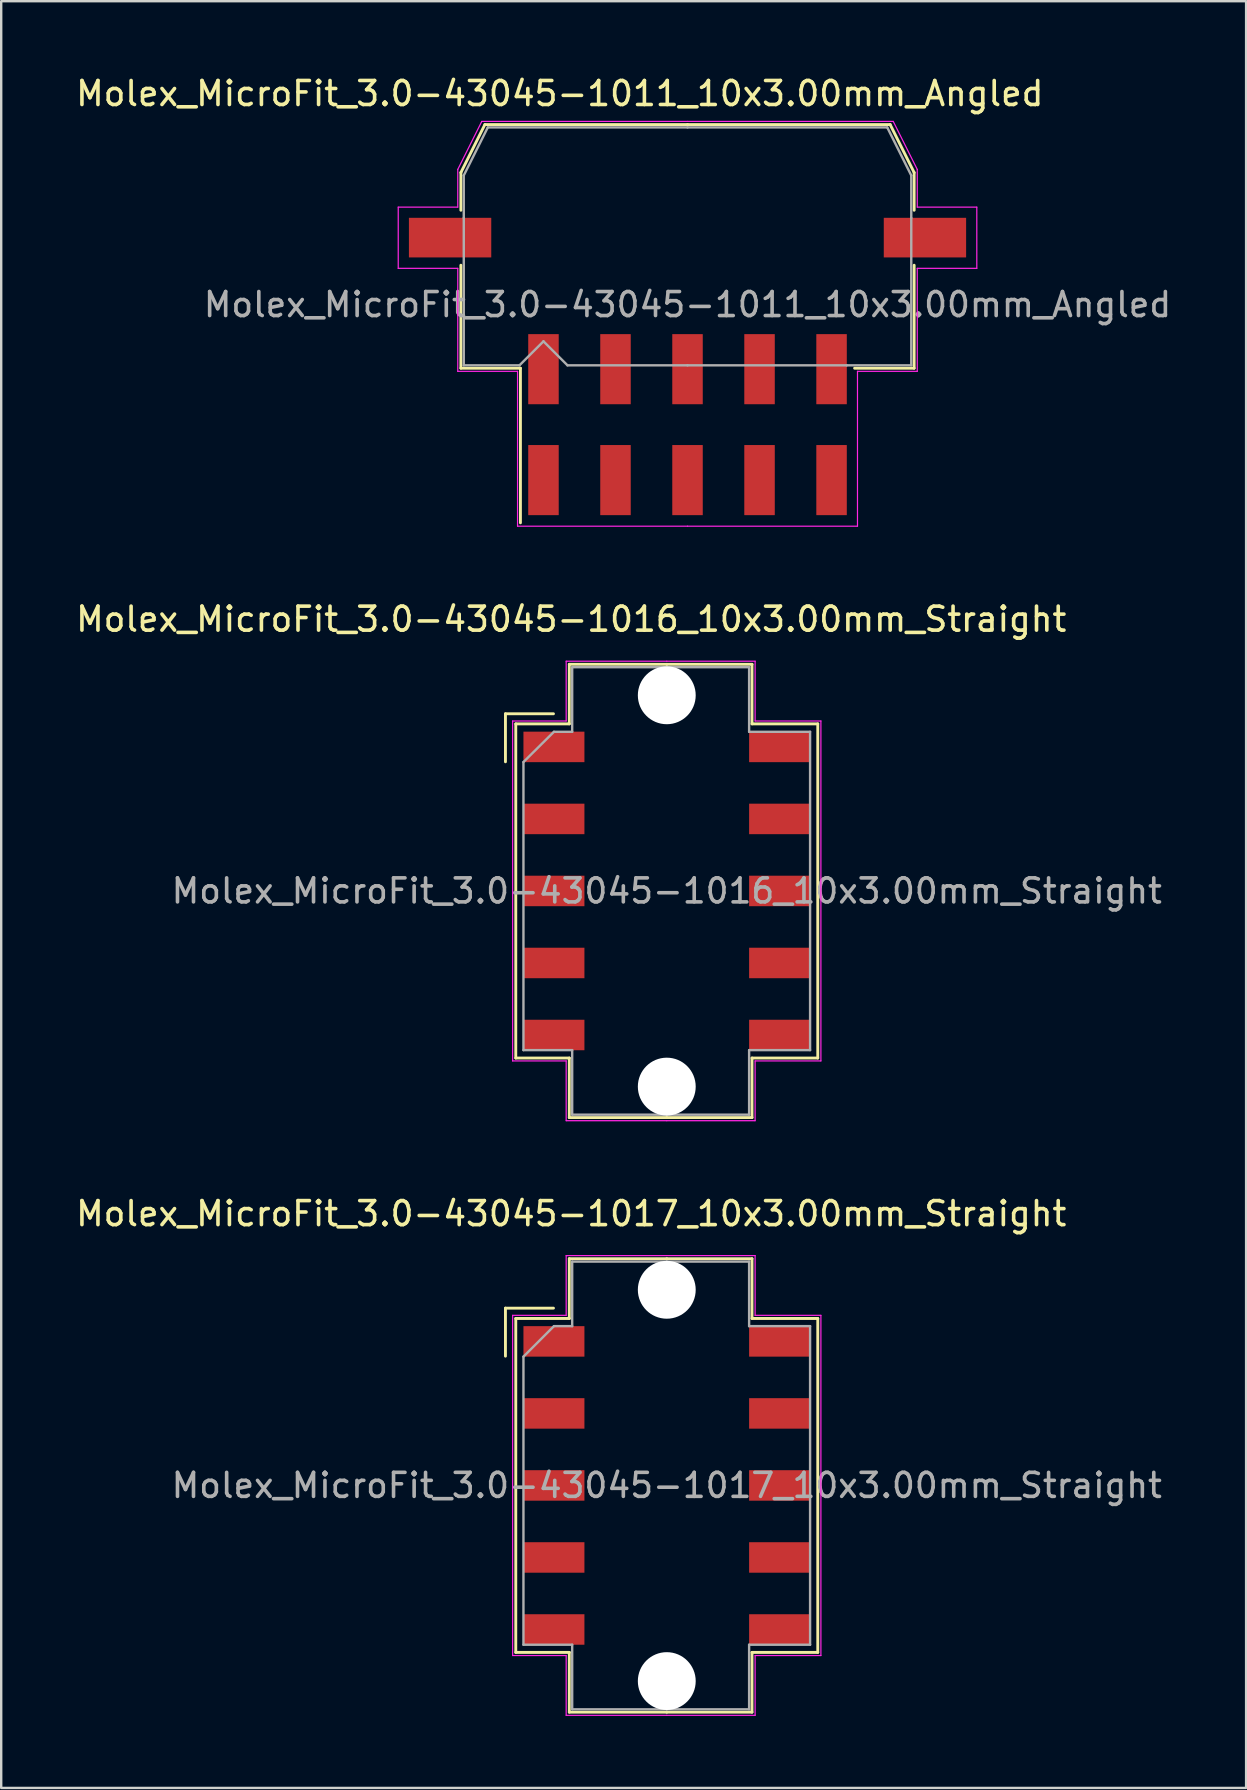
<source format=kicad_pcb>
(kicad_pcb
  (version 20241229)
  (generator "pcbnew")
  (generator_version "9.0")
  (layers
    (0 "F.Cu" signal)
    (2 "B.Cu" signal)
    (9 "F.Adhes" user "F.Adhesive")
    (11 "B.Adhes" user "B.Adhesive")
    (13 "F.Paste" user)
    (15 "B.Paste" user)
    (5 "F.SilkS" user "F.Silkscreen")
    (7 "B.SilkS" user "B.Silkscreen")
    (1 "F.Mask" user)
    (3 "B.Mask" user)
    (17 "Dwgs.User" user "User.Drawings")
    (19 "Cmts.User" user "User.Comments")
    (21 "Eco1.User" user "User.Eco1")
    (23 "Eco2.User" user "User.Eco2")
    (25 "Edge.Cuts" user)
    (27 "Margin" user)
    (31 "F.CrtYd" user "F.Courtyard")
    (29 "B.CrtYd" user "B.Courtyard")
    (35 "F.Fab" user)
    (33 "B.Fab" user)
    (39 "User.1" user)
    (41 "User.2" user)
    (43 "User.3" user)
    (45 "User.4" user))
  (footprint "Molex_MicroFit_3.0-43045-1017_10x3.00mm_Straight"
    (layer "F.Cu")
    (at 24.724 58.825)
    (property "Reference" "Molex_MicroFit_3.0-43045-1017_10x3.00mm_Straight" (at -3.98 -11.32 0) (layer "F.SilkS") (effects (font (size 1 1) (thickness 0.15))))
    (attr smd)
    (fp_line (start -6.72 -7.385) (end -6.72 -5.385) (stroke (width 0.12) (type solid)) (layer "F.SilkS"))
    (fp_line (start -6.29 -6.955) (end -4.06 -6.955) (stroke (width 0.12) (type solid)) (layer "F.SilkS"))
    (fp_line (start -6.29 6.955) (end -6.29 -6.955) (stroke (width 0.12) (type solid)) (layer "F.SilkS"))
    (fp_line (start -4.72 -7.385) (end -6.72 -7.385) (stroke (width 0.12) (type solid)) (layer "F.SilkS"))
    (fp_line (start -4.06 -9.445) (end 0 -9.445) (stroke (width 0.12) (type solid)) (layer "F.SilkS"))
    (fp_line (start -4.06 -6.955) (end -4.06 -9.445) (stroke (width 0.12) (type solid)) (layer "F.SilkS"))
    (fp_line (start -4.06 6.955) (end -6.29 6.955) (stroke (width 0.12) (type solid)) (layer "F.SilkS"))
    (fp_line (start -4.06 9.445) (end -4.06 6.955) (stroke (width 0.12) (type solid)) (layer "F.SilkS"))
    (fp_line (start 0 -9.445) (end 3.55 -9.445) (stroke (width 0.12) (type solid)) (layer "F.SilkS"))
    (fp_line (start 0 9.445) (end -4.06 9.445) (stroke (width 0.12) (type solid)) (layer "F.SilkS"))
    (fp_line (start 3.55 -9.445) (end 3.55 -6.955) (stroke (width 0.12) (type solid)) (layer "F.SilkS"))
    (fp_line (start 3.55 -6.955) (end 6.29 -6.955) (stroke (width 0.12) (type solid)) (layer "F.SilkS"))
    (fp_line (start 3.55 6.955) (end 3.55 9.445) (stroke (width 0.12) (type solid)) (layer "F.SilkS"))
    (fp_line (start 3.55 9.445) (end 0 9.445) (stroke (width 0.12) (type solid)) (layer "F.SilkS"))
    (fp_line (start 6.29 -6.955) (end 6.29 6.955) (stroke (width 0.12) (type solid)) (layer "F.SilkS"))
    (fp_line (start 6.29 6.955) (end 3.55 6.955) (stroke (width 0.12) (type solid)) (layer "F.SilkS"))
    (fp_line (start -6.42 -7.085) (end -4.19 -7.085) (stroke (width 0.05) (type solid)) (layer "F.CrtYd"))
    (fp_line (start -6.42 7.085) (end -6.42 -7.085) (stroke (width 0.05) (type solid)) (layer "F.CrtYd"))
    (fp_line (start -4.19 -9.575) (end 0 -9.575) (stroke (width 0.05) (type solid)) (layer "F.CrtYd"))
    (fp_line (start -4.19 -7.085) (end -4.19 -9.575) (stroke (width 0.05) (type solid)) (layer "F.CrtYd"))
    (fp_line (start -4.19 7.085) (end -6.42 7.085) (stroke (width 0.05) (type solid)) (layer "F.CrtYd"))
    (fp_line (start -4.19 9.575) (end -4.19 7.085) (stroke (width 0.05) (type solid)) (layer "F.CrtYd"))
    (fp_line (start 0 -9.575) (end 3.68 -9.575) (stroke (width 0.05) (type solid)) (layer "F.CrtYd"))
    (fp_line (start 0 9.575) (end -4.19 9.575) (stroke (width 0.05) (type solid)) (layer "F.CrtYd"))
    (fp_line (start 3.68 -9.575) (end 3.68 -7.085) (stroke (width 0.05) (type solid)) (layer "F.CrtYd"))
    (fp_line (start 3.68 -7.085) (end 6.42 -7.085) (stroke (width 0.05) (type solid)) (layer "F.CrtYd"))
    (fp_line (start 3.68 7.085) (end 3.68 9.575) (stroke (width 0.05) (type solid)) (layer "F.CrtYd"))
    (fp_line (start 3.68 9.575) (end 0 9.575) (stroke (width 0.05) (type solid)) (layer "F.CrtYd"))
    (fp_line (start 6.42 -7.085) (end 6.42 7.085) (stroke (width 0.05) (type solid)) (layer "F.CrtYd"))
    (fp_line (start 6.42 7.085) (end 3.68 7.085) (stroke (width 0.05) (type solid)) (layer "F.CrtYd"))
    (fp_line (start -5.97 -5.365) (end -4.7 -6.635) (stroke (width 0.1) (type solid)) (layer "F.Fab"))
    (fp_line (start -5.97 6.635) (end -5.97 -5.365) (stroke (width 0.1) (type solid)) (layer "F.Fab"))
    (fp_line (start -4.7 -6.635) (end -3.94 -6.635) (stroke (width 0.1) (type solid)) (layer "F.Fab"))
    (fp_line (start -3.94 -9.325) (end 0 -9.325) (stroke (width 0.1) (type solid)) (layer "F.Fab"))
    (fp_line (start -3.94 -6.635) (end -3.94 -9.325) (stroke (width 0.1) (type solid)) (layer "F.Fab"))
    (fp_line (start -3.94 6.635) (end -5.97 6.635) (stroke (width 0.1) (type solid)) (layer "F.Fab"))
    (fp_line (start -3.94 9.325) (end -3.94 6.635) (stroke (width 0.1) (type solid)) (layer "F.Fab"))
    (fp_line (start 0 -9.325) (end 3.43 -9.325) (stroke (width 0.1) (type solid)) (layer "F.Fab"))
    (fp_line (start 0 9.325) (end -3.94 9.325) (stroke (width 0.1) (type solid)) (layer "F.Fab"))
    (fp_line (start 3.43 -9.325) (end 3.43 -6.635) (stroke (width 0.1) (type solid)) (layer "F.Fab"))
    (fp_line (start 3.43 -6.635) (end 5.97 -6.635) (stroke (width 0.1) (type solid)) (layer "F.Fab"))
    (fp_line (start 3.43 6.635) (end 3.43 9.325) (stroke (width 0.1) (type solid)) (layer "F.Fab"))
    (fp_line (start 3.43 9.325) (end 0 9.325) (stroke (width 0.1) (type solid)) (layer "F.Fab"))
    (fp_line (start 5.97 -6.635) (end 5.97 6.635) (stroke (width 0.1) (type solid)) (layer "F.Fab"))
    (fp_line (start 5.97 6.635) (end 3.43 6.635) (stroke (width 0.1) (type solid)) (layer "F.Fab"))
    (fp_text user "${REFERENCE}" (at 0 0 0) (layer "F.Fab") (effects (font (size 1 1) (thickness 0.15))))
    (pad "" np_thru_hole circle (at 0 -8.15) (size 2.41 2.41) (drill 2.41) (layers "*.Cu"))
    (pad "" np_thru_hole circle (at 0 8.15) (size 2.41 2.41) (drill 2.41) (layers "*.Cu"))
    (pad "1" smd rect (at -4.7 -6) (size 2.54 1.27) (layers "F.Cu" "F.Mask" "F.Paste"))
    (pad "2" smd rect (at -4.7 -3) (size 2.54 1.27) (layers "F.Cu" "F.Mask" "F.Paste"))
    (pad "3" smd rect (at -4.7 0) (size 2.54 1.27) (layers "F.Cu" "F.Mask" "F.Paste"))
    (pad "4" smd rect (at -4.7 3) (size 2.54 1.27) (layers "F.Cu" "F.Mask" "F.Paste"))
    (pad "5" smd rect (at -4.7 6) (size 2.54 1.27) (layers "F.Cu" "F.Mask" "F.Paste"))
    (pad "6" smd rect (at 4.7 6) (size 2.54 1.27) (layers "F.Cu" "F.Mask" "F.Paste"))
    (pad "7" smd rect (at 4.7 3) (size 2.54 1.27) (layers "F.Cu" "F.Mask" "F.Paste"))
    (pad "8" smd rect (at 4.7 0) (size 2.54 1.27) (layers "F.Cu" "F.Mask" "F.Paste"))
    (pad "9" smd rect (at 4.7 -3) (size 2.54 1.27) (layers "F.Cu" "F.Mask" "F.Paste"))
    (pad "10" smd rect (at 4.7 -6) (size 2.54 1.27) (layers "F.Cu" "F.Mask" "F.Paste")))
  (footprint "Molex_MicroFit_3.0-43045-1011_10x3.00mm_Angled"
    (layer "F.Cu")
    (at 25.588 14.638)
    (property "Reference" "Molex_MicroFit_3.0-43045-1011_10x3.00mm_Angled" (at -5.32 -13.79 0) (layer "F.SilkS") (effects (font (size 1 1) (thickness 0.15))))
    (attr smd)
    (fp_line (start -9.44 -10.5) (end -9.44 -8.93) (stroke (width 0.12) (type solid)) (layer "F.SilkS"))
    (fp_line (start -9.44 -6.64) (end -9.44 -2.35) (stroke (width 0.12) (type solid)) (layer "F.SilkS"))
    (fp_line (start -9.44 -2.35) (end -6.96 -2.35) (stroke (width 0.12) (type solid)) (layer "F.SilkS"))
    (fp_line (start -8.44 -12.5) (end -9.44 -10.5) (stroke (width 0.12) (type solid)) (layer "F.SilkS"))
    (fp_line (start -6.96 -2.35) (end -6.96 4.09) (stroke (width 0.12) (type solid)) (layer "F.SilkS"))
    (fp_line (start 0 -12.5) (end -8.44 -12.5) (stroke (width 0.12) (type solid)) (layer "F.SilkS"))
    (fp_line (start 0 -12.5) (end 8.44 -12.5) (stroke (width 0.12) (type solid)) (layer "F.SilkS"))
    (fp_line (start 8.44 -12.5) (end 9.44 -10.5) (stroke (width 0.12) (type solid)) (layer "F.SilkS"))
    (fp_line (start 9.44 -10.5) (end 9.44 -8.93) (stroke (width 0.12) (type solid)) (layer "F.SilkS"))
    (fp_line (start 9.44 -6.64) (end 9.44 -2.35) (stroke (width 0.12) (type solid)) (layer "F.SilkS"))
    (fp_line (start 9.44 -2.35) (end 6.96 -2.35) (stroke (width 0.12) (type solid)) (layer "F.SilkS"))
    (fp_line (start -12.05 -9.06) (end -12.05 -6.51) (stroke (width 0.05) (type solid)) (layer "F.CrtYd"))
    (fp_line (start -12.05 -6.51) (end -9.57 -6.51) (stroke (width 0.05) (type solid)) (layer "F.CrtYd"))
    (fp_line (start -9.57 -10.63) (end -9.57 -9.06) (stroke (width 0.05) (type solid)) (layer "F.CrtYd"))
    (fp_line (start -9.57 -9.06) (end -12.05 -9.06) (stroke (width 0.05) (type solid)) (layer "F.CrtYd"))
    (fp_line (start -9.57 -6.51) (end -9.57 -2.22) (stroke (width 0.05) (type solid)) (layer "F.CrtYd"))
    (fp_line (start -9.57 -2.22) (end -7.08 -2.22) (stroke (width 0.05) (type solid)) (layer "F.CrtYd"))
    (fp_line (start -8.57 -12.63) (end -9.57 -10.63) (stroke (width 0.05) (type solid)) (layer "F.CrtYd"))
    (fp_line (start -7.08 -2.22) (end -7.08 4.23) (stroke (width 0.05) (type solid)) (layer "F.CrtYd"))
    (fp_line (start -7.08 4.23) (end 0 4.23) (stroke (width 0.05) (type solid)) (layer "F.CrtYd"))
    (fp_line (start 0 -12.63) (end -8.57 -12.63) (stroke (width 0.05) (type solid)) (layer "F.CrtYd"))
    (fp_line (start 0 -12.63) (end 8.57 -12.63) (stroke (width 0.05) (type solid)) (layer "F.CrtYd"))
    (fp_line (start 7.08 -2.22) (end 7.08 4.23) (stroke (width 0.05) (type solid)) (layer "F.CrtYd"))
    (fp_line (start 7.08 4.23) (end 0 4.23) (stroke (width 0.05) (type solid)) (layer "F.CrtYd"))
    (fp_line (start 8.57 -12.63) (end 9.57 -10.63) (stroke (width 0.05) (type solid)) (layer "F.CrtYd"))
    (fp_line (start 9.57 -10.63) (end 9.57 -9.06) (stroke (width 0.05) (type solid)) (layer "F.CrtYd"))
    (fp_line (start 9.57 -9.06) (end 12.05 -9.06) (stroke (width 0.05) (type solid)) (layer "F.CrtYd"))
    (fp_line (start 9.57 -6.51) (end 9.57 -2.22) (stroke (width 0.05) (type solid)) (layer "F.CrtYd"))
    (fp_line (start 9.57 -2.22) (end 7.08 -2.22) (stroke (width 0.05) (type solid)) (layer "F.CrtYd"))
    (fp_line (start 12.05 -9.06) (end 12.05 -6.51) (stroke (width 0.05) (type solid)) (layer "F.CrtYd"))
    (fp_line (start 12.05 -6.51) (end 9.57 -6.51) (stroke (width 0.05) (type solid)) (layer "F.CrtYd"))
    (fp_line (start -9.32 -10.38) (end -9.32 -8.61) (stroke (width 0.1) (type solid)) (layer "F.Fab"))
    (fp_line (start -9.32 -8.61) (end -9.32 -2.47) (stroke (width 0.1) (type solid)) (layer "F.Fab"))
    (fp_line (start -9.32 -2.47) (end -7 -2.47) (stroke (width 0.1) (type solid)) (layer "F.Fab"))
    (fp_line (start -8.32 -12.38) (end -9.32 -10.38) (stroke (width 0.1) (type solid)) (layer "F.Fab"))
    (fp_line (start -7 -2.47) (end -6 -3.47) (stroke (width 0.1) (type solid)) (layer "F.Fab"))
    (fp_line (start -6 -3.47) (end -5 -2.47) (stroke (width 0.1) (type solid)) (layer "F.Fab"))
    (fp_line (start -5 -2.47) (end 0 -2.47) (stroke (width 0.1) (type solid)) (layer "F.Fab"))
    (fp_line (start 0 -12.38) (end -8.32 -12.38) (stroke (width 0.1) (type solid)) (layer "F.Fab"))
    (fp_line (start 0 -12.38) (end 8.32 -12.38) (stroke (width 0.1) (type solid)) (layer "F.Fab"))
    (fp_line (start 6.63 -2.47) (end 0 -2.47) (stroke (width 0.1) (type solid)) (layer "F.Fab"))
    (fp_line (start 8.32 -12.38) (end 9.32 -10.38) (stroke (width 0.1) (type solid)) (layer "F.Fab"))
    (fp_line (start 9.32 -10.38) (end 9.32 -8.61) (stroke (width 0.1) (type solid)) (layer "F.Fab"))
    (fp_line (start 9.32 -8.61) (end 9.32 -2.47) (stroke (width 0.1) (type solid)) (layer "F.Fab"))
    (fp_line (start 9.32 -2.47) (end 6.63 -2.47) (stroke (width 0.1) (type solid)) (layer "F.Fab"))
    (fp_text user "${REFERENCE}" (at 0 -5 0) (layer "F.Fab") (effects (font (size 1 1) (thickness 0.15))))
    (pad "" smd rect (at -9.89 -7.79) (size 3.43 1.65) (layers "F.Cu" "F.Mask" "F.Paste"))
    (pad "" smd rect (at 9.89 -7.79) (size 3.43 1.65) (layers "F.Cu" "F.Mask" "F.Paste"))
    (pad "1" smd rect (at -6 -2.31) (size 1.27 2.92) (layers "F.Cu" "F.Mask" "F.Paste"))
    (pad "2" smd rect (at -3 -2.31) (size 1.27 2.92) (layers "F.Cu" "F.Mask" "F.Paste"))
    (pad "3" smd rect (at 0 -2.31) (size 1.27 2.92) (layers "F.Cu" "F.Mask" "F.Paste"))
    (pad "4" smd rect (at 3 -2.31) (size 1.27 2.92) (layers "F.Cu" "F.Mask" "F.Paste"))
    (pad "5" smd rect (at 6 -2.31) (size 1.27 2.92) (layers "F.Cu" "F.Mask" "F.Paste"))
    (pad "6" smd rect (at 6 2.31) (size 1.27 2.92) (layers "F.Cu" "F.Mask" "F.Paste"))
    (pad "7" smd rect (at 3 2.31) (size 1.27 2.92) (layers "F.Cu" "F.Mask" "F.Paste"))
    (pad "8" smd rect (at 0 2.31) (size 1.27 2.92) (layers "F.Cu" "F.Mask" "F.Paste"))
    (pad "9" smd rect (at -3 2.31) (size 1.27 2.92) (layers "F.Cu" "F.Mask" "F.Paste"))
    (pad "10" smd rect (at -6 2.31) (size 1.27 2.92) (layers "F.Cu" "F.Mask" "F.Paste")))
  (footprint "Molex_MicroFit_3.0-43045-1016_10x3.00mm_Straight"
    (layer "F.Cu")
    (at 24.724 34.062)
    (property "Reference" "Molex_MicroFit_3.0-43045-1016_10x3.00mm_Straight" (at -3.98 -11.32 0) (layer "F.SilkS") (effects (font (size 1 1) (thickness 0.15))))
    (attr smd)
    (fp_line (start -6.72 -7.38) (end -6.72 -5.38) (stroke (width 0.12) (type solid)) (layer "F.SilkS"))
    (fp_line (start -6.29 -6.96) (end -4.06 -6.96) (stroke (width 0.12) (type solid)) (layer "F.SilkS"))
    (fp_line (start -6.29 6.96) (end -6.29 -6.96) (stroke (width 0.12) (type solid)) (layer "F.SilkS"))
    (fp_line (start -4.72 -7.38) (end -6.72 -7.38) (stroke (width 0.12) (type solid)) (layer "F.SilkS"))
    (fp_line (start -4.06 -9.44) (end 0 -9.44) (stroke (width 0.12) (type solid)) (layer "F.SilkS"))
    (fp_line (start -4.06 -6.96) (end -4.06 -9.44) (stroke (width 0.12) (type solid)) (layer "F.SilkS"))
    (fp_line (start -4.06 6.96) (end -6.29 6.96) (stroke (width 0.12) (type solid)) (layer "F.SilkS"))
    (fp_line (start -4.06 9.44) (end -4.06 6.96) (stroke (width 0.12) (type solid)) (layer "F.SilkS"))
    (fp_line (start 0 -9.44) (end 3.55 -9.44) (stroke (width 0.12) (type solid)) (layer "F.SilkS"))
    (fp_line (start 0 9.44) (end -4.06 9.44) (stroke (width 0.12) (type solid)) (layer "F.SilkS"))
    (fp_line (start 3.55 -9.44) (end 3.55 -6.96) (stroke (width 0.12) (type solid)) (layer "F.SilkS"))
    (fp_line (start 3.55 -6.96) (end 6.29 -6.96) (stroke (width 0.12) (type solid)) (layer "F.SilkS"))
    (fp_line (start 3.55 6.96) (end 3.55 9.44) (stroke (width 0.12) (type solid)) (layer "F.SilkS"))
    (fp_line (start 3.55 9.44) (end 0 9.44) (stroke (width 0.12) (type solid)) (layer "F.SilkS"))
    (fp_line (start 6.29 -6.96) (end 6.29 6.96) (stroke (width 0.12) (type solid)) (layer "F.SilkS"))
    (fp_line (start 6.29 6.96) (end 3.55 6.96) (stroke (width 0.12) (type solid)) (layer "F.SilkS"))
    (fp_line (start -6.42 -7.08) (end -4.19 -7.08) (stroke (width 0.05) (type solid)) (layer "F.CrtYd"))
    (fp_line (start -6.42 7.08) (end -6.42 -7.08) (stroke (width 0.05) (type solid)) (layer "F.CrtYd"))
    (fp_line (start -4.19 -9.57) (end 0 -9.57) (stroke (width 0.05) (type solid)) (layer "F.CrtYd"))
    (fp_line (start -4.19 -7.08) (end -4.19 -9.57) (stroke (width 0.05) (type solid)) (layer "F.CrtYd"))
    (fp_line (start -4.19 7.08) (end -6.42 7.08) (stroke (width 0.05) (type solid)) (layer "F.CrtYd"))
    (fp_line (start -4.19 9.57) (end -4.19 7.08) (stroke (width 0.05) (type solid)) (layer "F.CrtYd"))
    (fp_line (start 0 -9.57) (end 3.68 -9.57) (stroke (width 0.05) (type solid)) (layer "F.CrtYd"))
    (fp_line (start 0 9.57) (end -4.19 9.57) (stroke (width 0.05) (type solid)) (layer "F.CrtYd"))
    (fp_line (start 3.68 -9.57) (end 3.68 -7.08) (stroke (width 0.05) (type solid)) (layer "F.CrtYd"))
    (fp_line (start 3.68 -7.08) (end 6.42 -7.08) (stroke (width 0.05) (type solid)) (layer "F.CrtYd"))
    (fp_line (start 3.68 7.08) (end 3.68 9.57) (stroke (width 0.05) (type solid)) (layer "F.CrtYd"))
    (fp_line (start 3.68 9.57) (end 0 9.57) (stroke (width 0.05) (type solid)) (layer "F.CrtYd"))
    (fp_line (start 6.42 -7.08) (end 6.42 7.08) (stroke (width 0.05) (type solid)) (layer "F.CrtYd"))
    (fp_line (start 6.42 7.08) (end 3.68 7.08) (stroke (width 0.05) (type solid)) (layer "F.CrtYd"))
    (fp_line (start -5.97 -5.37) (end -4.7 -6.63) (stroke (width 0.1) (type solid)) (layer "F.Fab"))
    (fp_line (start -5.97 6.63) (end -5.97 -5.37) (stroke (width 0.1) (type solid)) (layer "F.Fab"))
    (fp_line (start -4.7 -6.63) (end -3.94 -6.63) (stroke (width 0.1) (type solid)) (layer "F.Fab"))
    (fp_line (start -3.94 -9.32) (end 0 -9.32) (stroke (width 0.1) (type solid)) (layer "F.Fab"))
    (fp_line (start -3.94 -6.63) (end -3.94 -9.32) (stroke (width 0.1) (type solid)) (layer "F.Fab"))
    (fp_line (start -3.94 6.63) (end -5.97 6.63) (stroke (width 0.1) (type solid)) (layer "F.Fab"))
    (fp_line (start -3.94 9.32) (end -3.94 6.63) (stroke (width 0.1) (type solid)) (layer "F.Fab"))
    (fp_line (start 0 -9.32) (end 3.43 -9.32) (stroke (width 0.1) (type solid)) (layer "F.Fab"))
    (fp_line (start 0 9.32) (end -3.94 9.32) (stroke (width 0.1) (type solid)) (layer "F.Fab"))
    (fp_line (start 3.43 -9.32) (end 3.43 -6.63) (stroke (width 0.1) (type solid)) (layer "F.Fab"))
    (fp_line (start 3.43 -6.63) (end 5.97 -6.63) (stroke (width 0.1) (type solid)) (layer "F.Fab"))
    (fp_line (start 3.43 6.63) (end 3.43 9.32) (stroke (width 0.1) (type solid)) (layer "F.Fab"))
    (fp_line (start 3.43 9.32) (end 0 9.32) (stroke (width 0.1) (type solid)) (layer "F.Fab"))
    (fp_line (start 5.97 -6.63) (end 5.97 6.63) (stroke (width 0.1) (type solid)) (layer "F.Fab"))
    (fp_line (start 5.97 6.63) (end 3.43 6.63) (stroke (width 0.1) (type solid)) (layer "F.Fab"))
    (fp_text user "${REFERENCE}" (at 0 0 0) (layer "F.Fab") (effects (font (size 1 1) (thickness 0.15))))
    (pad "" np_thru_hole circle (at 0 -8.15) (size 2.41 2.41) (drill 2.41) (layers "*.Cu"))
    (pad "" np_thru_hole circle (at 0 8.15) (size 2.41 2.41) (drill 2.41) (layers "*.Cu"))
    (pad "1" smd rect (at -4.7 -6) (size 2.54 1.27) (layers "F.Cu" "F.Mask" "F.Paste"))
    (pad "2" smd rect (at -4.7 -3) (size 2.54 1.27) (layers "F.Cu" "F.Mask" "F.Paste"))
    (pad "3" smd rect (at -4.7 0) (size 2.54 1.27) (layers "F.Cu" "F.Mask" "F.Paste"))
    (pad "4" smd rect (at -4.7 3) (size 2.54 1.27) (layers "F.Cu" "F.Mask" "F.Paste"))
    (pad "5" smd rect (at -4.7 6) (size 2.54 1.27) (layers "F.Cu" "F.Mask" "F.Paste"))
    (pad "6" smd rect (at 4.7 6) (size 2.54 1.27) (layers "F.Cu" "F.Mask" "F.Paste"))
    (pad "7" smd rect (at 4.7 3) (size 2.54 1.27) (layers "F.Cu" "F.Mask" "F.Paste"))
    (pad "8" smd rect (at 4.7 0) (size 2.54 1.27) (layers "F.Cu" "F.Mask" "F.Paste"))
    (pad "9" smd rect (at 4.7 -3) (size 2.54 1.27) (layers "F.Cu" "F.Mask" "F.Paste"))
    (pad "10" smd rect (at 4.7 -6) (size 2.54 1.27) (layers "F.Cu" "F.Mask" "F.Paste")))
  (gr_rect
    (start -3 -3)
    (end 48.856 71.425)
    (stroke (width 0.1) (type default))
    (fill no)
    (layer "Edge.Cuts")))
</source>
